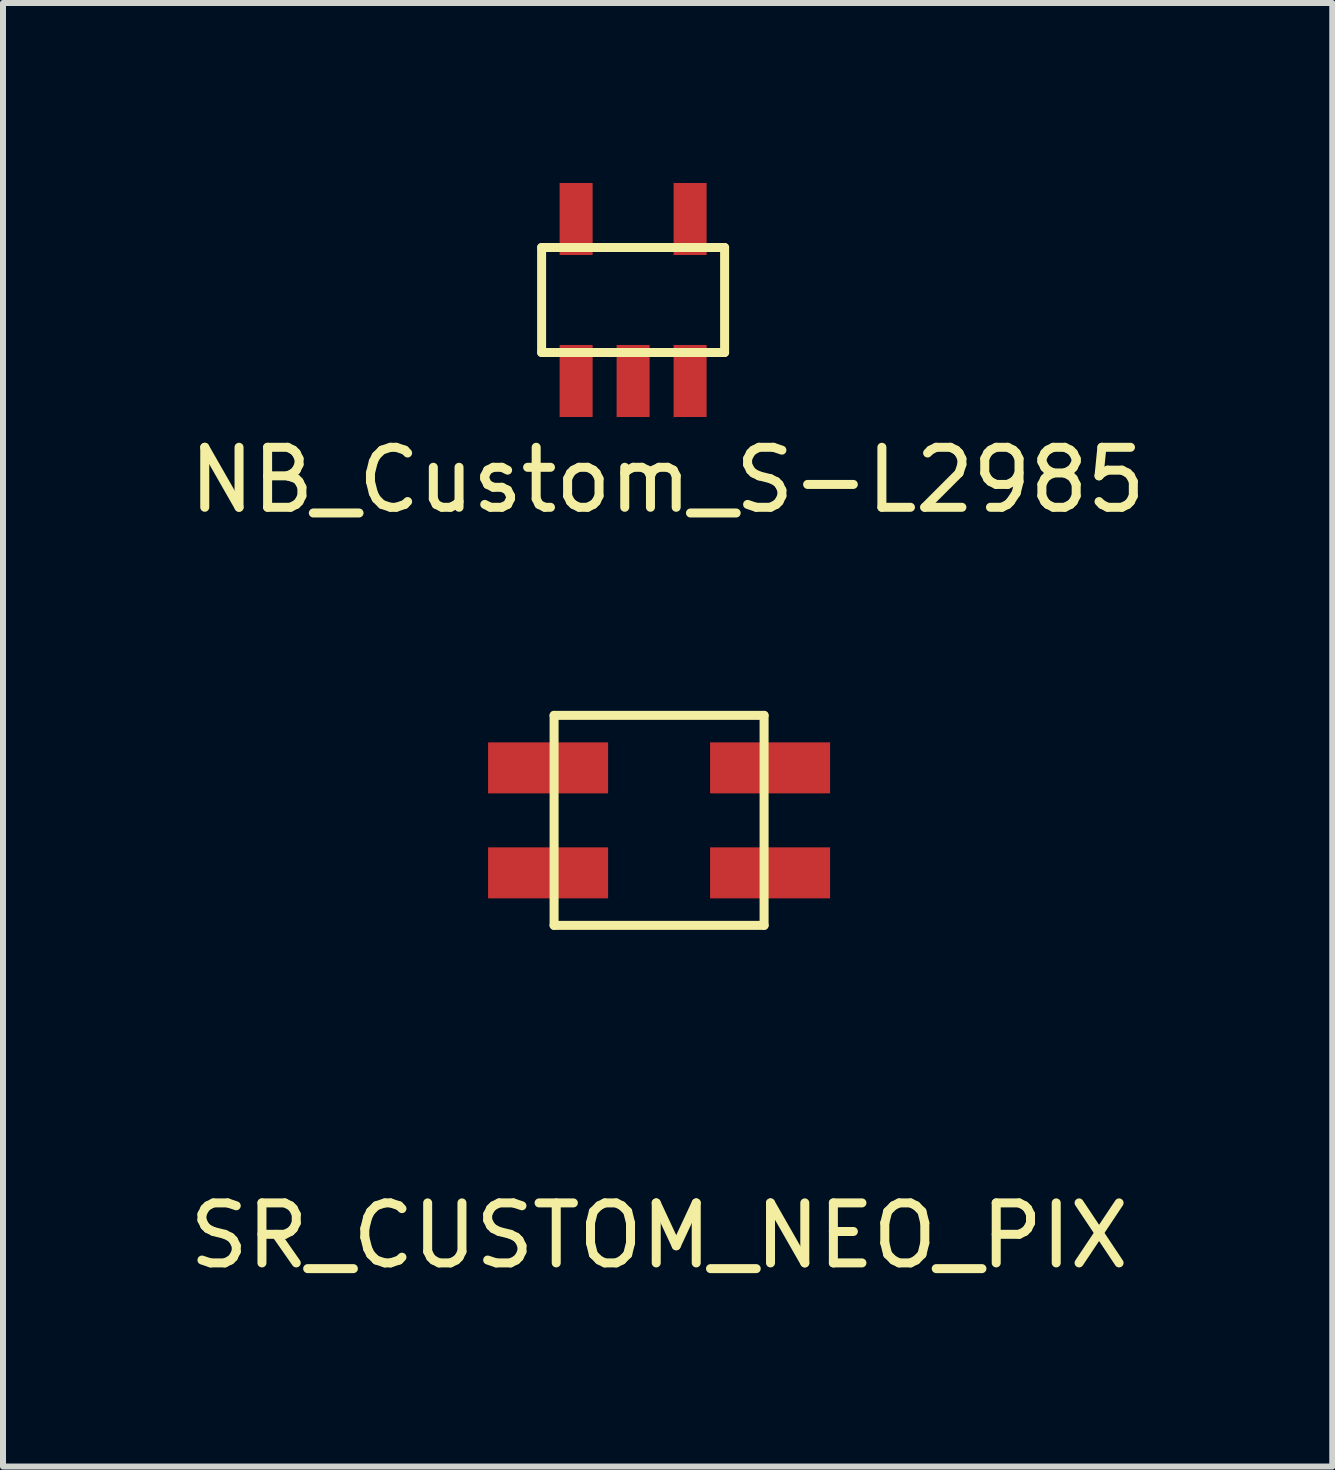
<source format=kicad_pcb>
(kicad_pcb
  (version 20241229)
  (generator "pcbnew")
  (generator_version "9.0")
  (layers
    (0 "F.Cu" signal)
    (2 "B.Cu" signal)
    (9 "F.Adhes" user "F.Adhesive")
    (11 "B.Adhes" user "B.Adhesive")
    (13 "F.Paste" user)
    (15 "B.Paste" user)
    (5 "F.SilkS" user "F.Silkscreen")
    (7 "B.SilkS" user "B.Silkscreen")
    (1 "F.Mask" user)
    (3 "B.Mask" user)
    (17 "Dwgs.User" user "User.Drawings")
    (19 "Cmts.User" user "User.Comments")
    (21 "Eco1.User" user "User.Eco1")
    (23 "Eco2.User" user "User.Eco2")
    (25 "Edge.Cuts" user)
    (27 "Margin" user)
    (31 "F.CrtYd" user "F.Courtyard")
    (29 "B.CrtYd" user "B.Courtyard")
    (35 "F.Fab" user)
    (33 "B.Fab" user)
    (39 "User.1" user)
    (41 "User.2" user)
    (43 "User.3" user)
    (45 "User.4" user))
  (footprint "SR_CUSTOM_NEO_PIX"
    (layer "F.Cu")
    (at 7.935 10.623)
    (property "Reference" "SR_CUSTOM_NEO_PIX" (at 0 6.921 0) (layer "F.SilkS") (effects (font (size 1 1) (thickness 0.15))))
    (attr through_hole)
    (fp_line (start -1.75 -1.75) (end 1.75 -1.75) (stroke (width 0.15) (type solid)) (layer "F.SilkS"))
    (fp_line (start -1.75 1.75) (end -1.75 -1.75) (stroke (width 0.15) (type solid)) (layer "F.SilkS"))
    (fp_line (start 1.75 -1.75) (end 1.75 1.75) (stroke (width 0.15) (type solid)) (layer "F.SilkS"))
    (fp_line (start 1.75 1.75) (end -1.75 1.75) (stroke (width 0.15) (type solid)) (layer "F.SilkS"))
    (pad "1" smd rect (at -1.85 -0.875) (size 2 0.85) (layers "F.Cu" "F.Mask" "F.Paste"))
    (pad "2" smd rect (at -1.85 0.875) (size 2 0.85) (layers "F.Cu" "F.Mask" "F.Paste"))
    (pad "3" smd rect (at 1.85 0.875) (size 2 0.85) (layers "F.Cu" "F.Mask" "F.Paste"))
    (pad "4" smd rect (at 1.85 -0.875) (size 2 0.85) (layers "F.Cu" "F.Mask" "F.Paste")))
  (footprint "NB_Custom_S-L2985"
    (layer "F.Cu")
    (at 7.502 1.95)
    (property "Reference" "NB_Custom_S-L2985" (at 0.575 3 0) (layer "F.SilkS") (effects (font (size 1 1) (thickness 0.15))))
    (attr through_hole)
    (fp_line (start -1.525 -0.875) (end 1.525 -0.875) (stroke (width 0.15) (type solid)) (layer "F.SilkS"))
    (fp_line (start -1.525 0.875) (end -1.525 -0.875) (stroke (width 0.15) (type solid)) (layer "F.SilkS"))
    (fp_line (start 1.525 -0.875) (end 1.525 0.875) (stroke (width 0.15) (type solid)) (layer "F.SilkS"))
    (fp_line (start 1.525 0.875) (end -1.525 0.875) (stroke (width 0.15) (type solid)) (layer "F.SilkS"))
    (pad "1" smd rect (at 0.95 -1.35) (size 0.55 1.2) (layers "F.Cu" "F.Mask" "F.Paste"))
    (pad "2" smd rect (at -0.95 -1.35) (size 0.55 1.2) (layers "F.Cu" "F.Mask" "F.Paste"))
    (pad "3" smd rect (at 0.95 1.35) (size 0.55 1.2) (layers "F.Cu" "F.Mask" "F.Paste"))
    (pad "4" smd rect (at 0 1.35) (size 0.55 1.2) (layers "F.Cu" "F.Mask" "F.Paste"))
    (pad "5" smd rect (at -0.95 1.35) (size 0.55 1.2) (layers "F.Cu" "F.Mask" "F.Paste")))
  (gr_rect
    (start -3 -3)
    (end 19.155 21.393)
    (stroke (width 0.1) (type default))
    (fill no)
    (layer "Edge.Cuts")))
</source>
